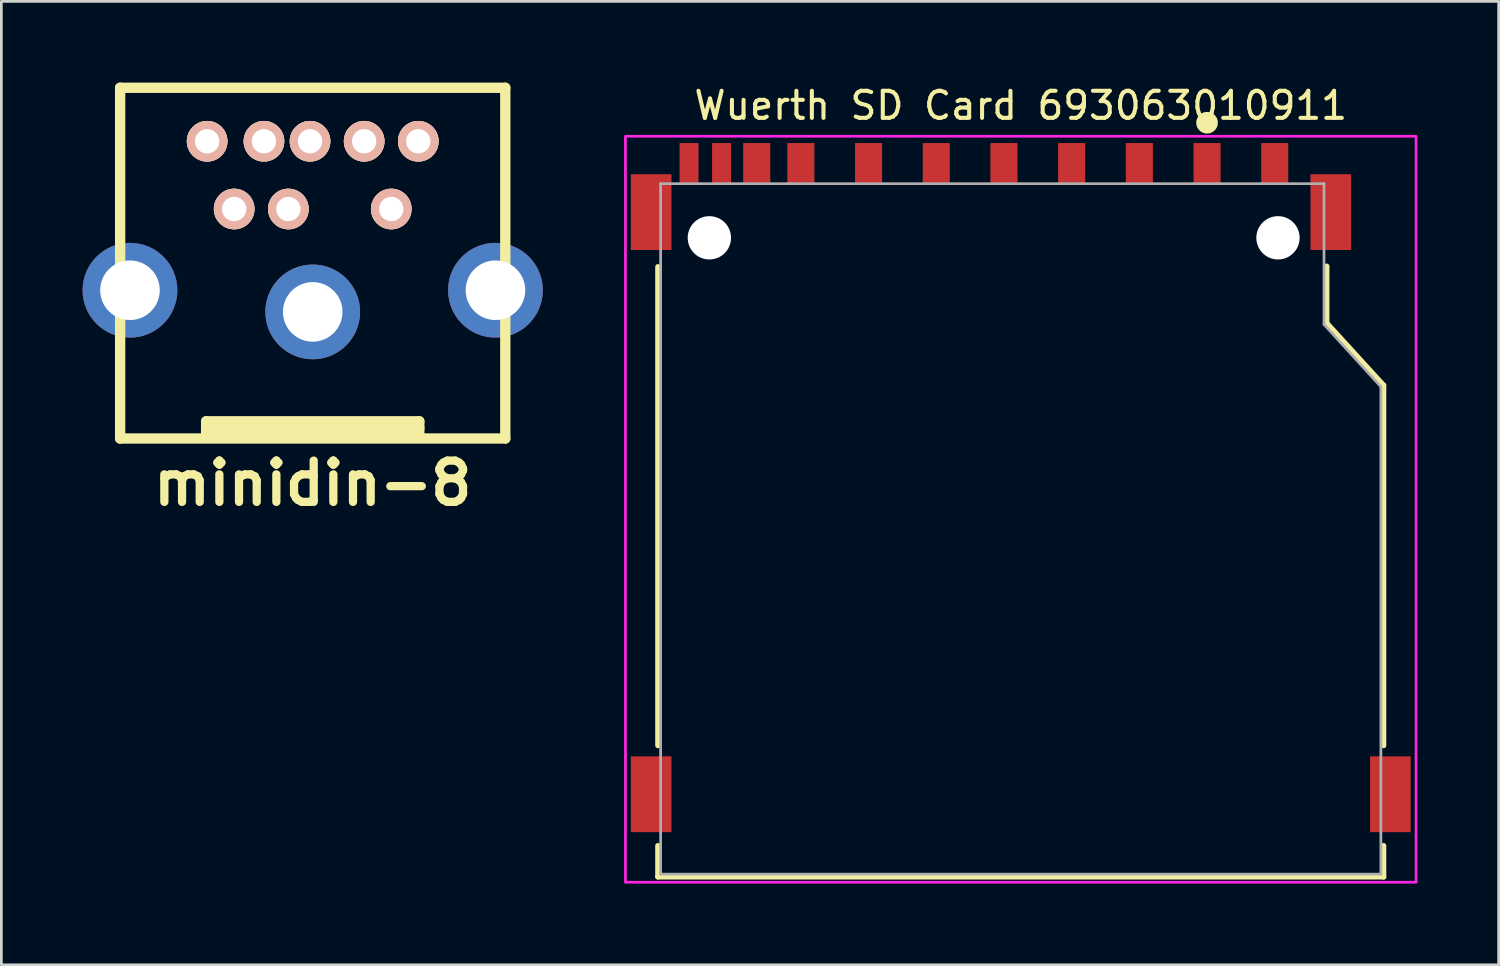
<source format=kicad_pcb>
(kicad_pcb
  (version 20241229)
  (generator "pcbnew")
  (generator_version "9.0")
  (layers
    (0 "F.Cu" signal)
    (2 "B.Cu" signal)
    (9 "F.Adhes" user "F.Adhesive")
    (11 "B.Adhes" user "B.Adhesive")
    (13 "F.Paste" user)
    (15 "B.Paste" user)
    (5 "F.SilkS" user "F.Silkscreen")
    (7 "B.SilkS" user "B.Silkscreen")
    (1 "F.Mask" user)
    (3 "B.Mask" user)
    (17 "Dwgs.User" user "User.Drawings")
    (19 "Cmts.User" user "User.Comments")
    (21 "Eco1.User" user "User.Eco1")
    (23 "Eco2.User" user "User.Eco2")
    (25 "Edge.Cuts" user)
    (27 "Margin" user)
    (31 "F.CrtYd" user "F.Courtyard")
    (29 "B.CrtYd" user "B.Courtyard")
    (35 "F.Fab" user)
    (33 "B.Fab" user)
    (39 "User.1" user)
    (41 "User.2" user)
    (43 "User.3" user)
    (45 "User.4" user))
  (footprint "minidin-8"
    (layer "F.Cu")
    (at 8.499 6.668)
    (property "Reference" "minidin-8" (at 0 8.128 0) (layer "F.SilkS") (effects (font (size 1.524 1.524) (thickness 0.305))))
    (attr through_hole)
    (fp_line (start -7.112 -6.477) (end -7.112 6.477) (stroke (width 0.381) (type solid)) (layer "F.SilkS"))
    (fp_line (start -7.112 6.477) (end 7.112 6.477) (stroke (width 0.381) (type solid)) (layer "F.SilkS"))
    (fp_line (start -3.937 5.842) (end -3.937 6.35) (stroke (width 0.381) (type solid)) (layer "F.SilkS"))
    (fp_line (start -3.937 5.842) (end 3.937 5.842) (stroke (width 0.381) (type solid)) (layer "F.SilkS"))
    (fp_line (start -3.937 6.096) (end 3.937 6.096) (stroke (width 0.381) (type solid)) (layer "F.SilkS"))
    (fp_line (start 3.937 5.842) (end 3.937 6.35) (stroke (width 0.381) (type solid)) (layer "F.SilkS"))
    (fp_line (start 3.937 6.35) (end -3.937 6.35) (stroke (width 0.381) (type solid)) (layer "F.SilkS"))
    (fp_line (start 7.112 -6.477) (end -7.112 -6.477) (stroke (width 0.381) (type solid)) (layer "F.SilkS"))
    (fp_line (start 7.112 6.477) (end 7.112 -6.477) (stroke (width 0.381) (type solid)) (layer "F.SilkS"))
    (pad "1" thru_hole circle (at -0.099 -4.501) (size 1.501 1.501) (drill 0.899) (layers "*.Cu" "*.SilkS" "*.Mask"))
    (pad "2" thru_hole circle (at 1.9 -4.501) (size 1.501 1.501) (drill 0.899) (layers "*.Cu" "*.SilkS" "*.Mask"))
    (pad "3" thru_hole circle (at -3.899 -4.501) (size 1.501 1.501) (drill 0.899) (layers "*.Cu" "*.SilkS" "*.Mask"))
    (pad "4" thru_hole circle (at -1.801 -4.501) (size 1.501 1.501) (drill 0.899) (layers "*.Cu" "*.SilkS" "*.Mask"))
    (pad "5" thru_hole circle (at 3.899 -4.501) (size 1.501 1.501) (drill 0.899) (layers "*.Cu" "*.SilkS" "*.Mask"))
    (pad "6" thru_hole circle (at -2.901 -1.999) (size 1.501 1.501) (drill 0.899) (layers "*.Cu" "*.SilkS" "*.Mask"))
    (pad "7" thru_hole circle (at -0.899 -1.999) (size 1.501 1.501) (drill 0.899) (layers "*.Cu" "*.SilkS" "*.Mask"))
    (pad "8" thru_hole circle (at 2.901 -1.999) (size 1.501 1.501) (drill 0.899) (layers "*.Cu" "*.SilkS" "*.Mask"))
    (pad "9" thru_hole circle (at -6.749 1.001) (size 3.5 3.5) (drill 2.2) (layers "*.Cu"))
    (pad "10" thru_hole circle (at 0 1.801) (size 3.5 3.5) (drill 2.2) (layers "*.Cu"))
    (pad "11" thru_hole circle (at 6.749 1.001) (size 3.5 3.5) (drill 2.2) (layers "*.Cu")))
  (footprint "Wuerth SD Card 693063010911"
    (layer "F.Cu")
    (at 34.648 16.483)
    (property "Reference" "Wuerth SD Card 693063010911" (at 0 -15.635 0) (layer "F.SilkS") (effects (font (size 1 1) (thickness 0.15))))
    (attr smd)
    (fp_line (start -13.4 -9.68) (end -13.4 8) (stroke (width 0.2) (type solid)) (layer "F.SilkS"))
    (fp_line (start -13.4 11.7) (end -13.4 12.85) (stroke (width 0.2) (type solid)) (layer "F.SilkS"))
    (fp_line (start -13.4 12.85) (end 13.4 12.85) (stroke (width 0.2) (type solid)) (layer "F.SilkS"))
    (fp_line (start 11.3 -7.6) (end 11.3 -9.7) (stroke (width 0.2) (type solid)) (layer "F.SilkS"))
    (fp_line (start 11.3 -7.6) (end 13.4 -5.3) (stroke (width 0.2) (type solid)) (layer "F.SilkS"))
    (fp_line (start 13.4 -5.3) (end 13.4 8) (stroke (width 0.2) (type solid)) (layer "F.SilkS"))
    (fp_line (start 13.4 12.85) (end 13.4 11.7) (stroke (width 0.2) (type solid)) (layer "F.SilkS"))
    (fp_circle (center 6.88 -15) (end 7.08 -15) (stroke (width 0.4) (type solid)) (fill no) (layer "F.SilkS"))
    (fp_poly (pts (xy -14.6 -14.5) (xy 14.6 -14.5) (xy 14.6 13.05) (xy -14.6 13.05)) (stroke (width 0.1) (type solid)) (fill no) (layer "F.CrtYd"))
    (fp_line (start -13.3 -12.75) (end 11.2 -12.75) (stroke (width 0.1) (type solid)) (layer "F.Fab"))
    (fp_line (start -13.3 12.75) (end -13.3 -12.75) (stroke (width 0.1) (type solid)) (layer "F.Fab"))
    (fp_line (start -13.3 12.75) (end 13.3 12.75) (stroke (width 0.1) (type solid)) (layer "F.Fab"))
    (fp_line (start 11.2 -7.55) (end 11.2 -12.75) (stroke (width 0.1) (type solid)) (layer "F.Fab"))
    (fp_line (start 11.2 -7.55) (end 13.3 -5.25) (stroke (width 0.1) (type solid)) (layer "F.Fab"))
    (fp_line (start 13.3 12.75) (end 13.3 -5.25) (stroke (width 0.1) (type solid)) (layer "F.Fab"))
    (pad "" np_thru_hole circle (at -11.5 -10.75) (size 1.6 1.6) (drill 1.6) (layers "*.Cu" "*.Mask"))
    (pad "" np_thru_hole circle (at 9.5 -10.75) (size 1.6 1.6) (drill 1.6) (layers "*.Cu" "*.Mask"))
    (pad "1" smd rect (at 6.88 -13.5) (size 1 1.5) (layers "F.Cu" "F.Mask" "F.Paste"))
    (pad "2" smd rect (at 4.38 -13.5) (size 1 1.5) (layers "F.Cu" "F.Mask" "F.Paste"))
    (pad "3" smd rect (at 1.88 -13.5) (size 1 1.5) (layers "F.Cu" "F.Mask" "F.Paste"))
    (pad "4" smd rect (at -0.62 -13.5) (size 1 1.5) (layers "F.Cu" "F.Mask" "F.Paste"))
    (pad "5" smd rect (at -3.12 -13.5) (size 1 1.5) (layers "F.Cu" "F.Mask" "F.Paste"))
    (pad "6" smd rect (at -5.62 -13.5) (size 1 1.5) (layers "F.Cu" "F.Mask" "F.Paste"))
    (pad "7" smd rect (at -8.12 -13.5) (size 1 1.5) (layers "F.Cu" "F.Mask" "F.Paste"))
    (pad "8" smd rect (at -9.75 -13.5) (size 1 1.5) (layers "F.Cu" "F.Mask" "F.Paste"))
    (pad "9" smd rect (at 9.38 -13.5) (size 1 1.5) (layers "F.Cu" "F.Mask" "F.Paste"))
    (pad "10" smd rect (at -11.05 -13.5) (size 0.7 1.5) (layers "F.Cu" "F.Mask" "F.Paste"))
    (pad "11" smd rect (at -12.25 -13.5) (size 0.7 1.5) (layers "F.Cu" "F.Mask" "F.Paste"))
    (pad "S1" smd rect (at -13.65 -11.7) (size 1.5 2.8) (layers "F.Cu" "F.Mask" "F.Paste"))
    (pad "S2" smd rect (at 11.45 -11.7) (size 1.5 2.8) (layers "F.Cu" "F.Mask" "F.Paste"))
    (pad "S3" smd rect (at 13.65 9.8) (size 1.5 2.8) (layers "F.Cu" "F.Mask" "F.Paste"))
    (pad "S4" smd rect (at -13.65 9.8) (size 1.5 2.8) (layers "F.Cu" "F.Mask" "F.Paste"))
    (zone (net_name "") (layers "F.Cu" "B.Cu") (hatch full 0.508) (connect_pads) (min_thickness 0.01) (filled_areas_thickness no) (keepout (tracks allowed) (vias not_allowed) (pads allowed) (copperpour allowed) (footprints allowed)) (placement (enabled no)) (fill) (polygon (pts (xy 24.298 10.433) (xy 25.498 10.433) (xy 25.498 11.933) (xy 24.298 11.933))))
    (zone (net_name "") (layers "F.Cu" "B.Cu") (hatch full 0.508) (connect_pads) (min_thickness 0.01) (filled_areas_thickness no) (keepout (tracks allowed) (vias not_allowed) (pads allowed) (copperpour allowed) (footprints allowed)) (placement (enabled no)) (fill) (polygon (pts (xy 25.998 10.433) (xy 27.198 10.433) (xy 27.198 11.933) (xy 25.998 11.933))))
    (zone (net_name "") (layers "F.Cu" "B.Cu") (hatch full 0.508) (connect_pads) (min_thickness 0.01) (filled_areas_thickness no) (keepout (tracks allowed) (vias not_allowed) (pads allowed) (copperpour allowed) (footprints allowed)) (placement (enabled no)) (fill) (polygon (pts (xy 28.428 10.433) (xy 29.628 10.433) (xy 29.628 11.933) (xy 28.428 11.933))))
    (zone (net_name "") (layers "F.Cu" "B.Cu") (hatch full 0.508) (connect_pads) (min_thickness 0.01) (filled_areas_thickness no) (keepout (tracks allowed) (vias not_allowed) (pads allowed) (copperpour allowed) (footprints allowed)) (placement (enabled no)) (fill) (polygon (pts (xy 30.928 10.433) (xy 32.128 10.433) (xy 32.128 11.933) (xy 30.928 11.933))))
    (zone (net_name "") (layers "F.Cu" "B.Cu") (hatch full 0.508) (connect_pads) (min_thickness 0.01) (filled_areas_thickness no) (keepout (tracks allowed) (vias not_allowed) (pads allowed) (copperpour allowed) (footprints allowed)) (placement (enabled no)) (fill) (polygon (pts (xy 33.428 11.433) (xy 34.628 11.433) (xy 34.628 12.933) (xy 33.428 12.933))))
    (zone (net_name "") (layers "F.Cu" "B.Cu") (hatch full 0.508) (connect_pads) (min_thickness 0.01) (filled_areas_thickness no) (keepout (tracks allowed) (vias not_allowed) (pads allowed) (copperpour allowed) (footprints allowed)) (placement (enabled no)) (fill) (polygon (pts (xy 35.928 11.433) (xy 37.128 11.433) (xy 37.128 12.933) (xy 35.928 12.933))))
    (zone (net_name "") (layers "F.Cu" "B.Cu") (hatch full 0.508) (connect_pads) (min_thickness 0.01) (filled_areas_thickness no) (keepout (tracks allowed) (vias not_allowed) (pads allowed) (copperpour allowed) (footprints allowed)) (placement (enabled no)) (fill) (polygon (pts (xy 38.428 10.933) (xy 39.628 10.933) (xy 39.628 12.433) (xy 38.428 12.433))))
    (zone (net_name "") (layers "F.Cu" "B.Cu") (hatch full 0.508) (connect_pads) (min_thickness 0.01) (filled_areas_thickness no) (keepout (tracks allowed) (vias not_allowed) (pads allowed) (copperpour allowed) (footprints allowed)) (placement (enabled no)) (fill) (polygon (pts (xy 40.928 10.933) (xy 42.128 10.933) (xy 42.128 12.433) (xy 40.928 12.433))))
    (zone (net_name "") (layers "F.Cu" "B.Cu") (hatch full 0.508) (connect_pads) (min_thickness 0.01) (filled_areas_thickness no) (keepout (tracks allowed) (vias not_allowed) (pads allowed) (copperpour allowed) (footprints allowed)) (placement (enabled no)) (fill) (polygon (pts (xy 43.428 12.233) (xy 44.628 12.233) (xy 44.628 13.733) (xy 43.428 13.733)))))
  (gr_rect
    (start -3 -3)
    (end 52.298 32.583)
    (stroke (width 0.1) (type default))
    (fill no)
    (layer "Edge.Cuts")))
</source>
